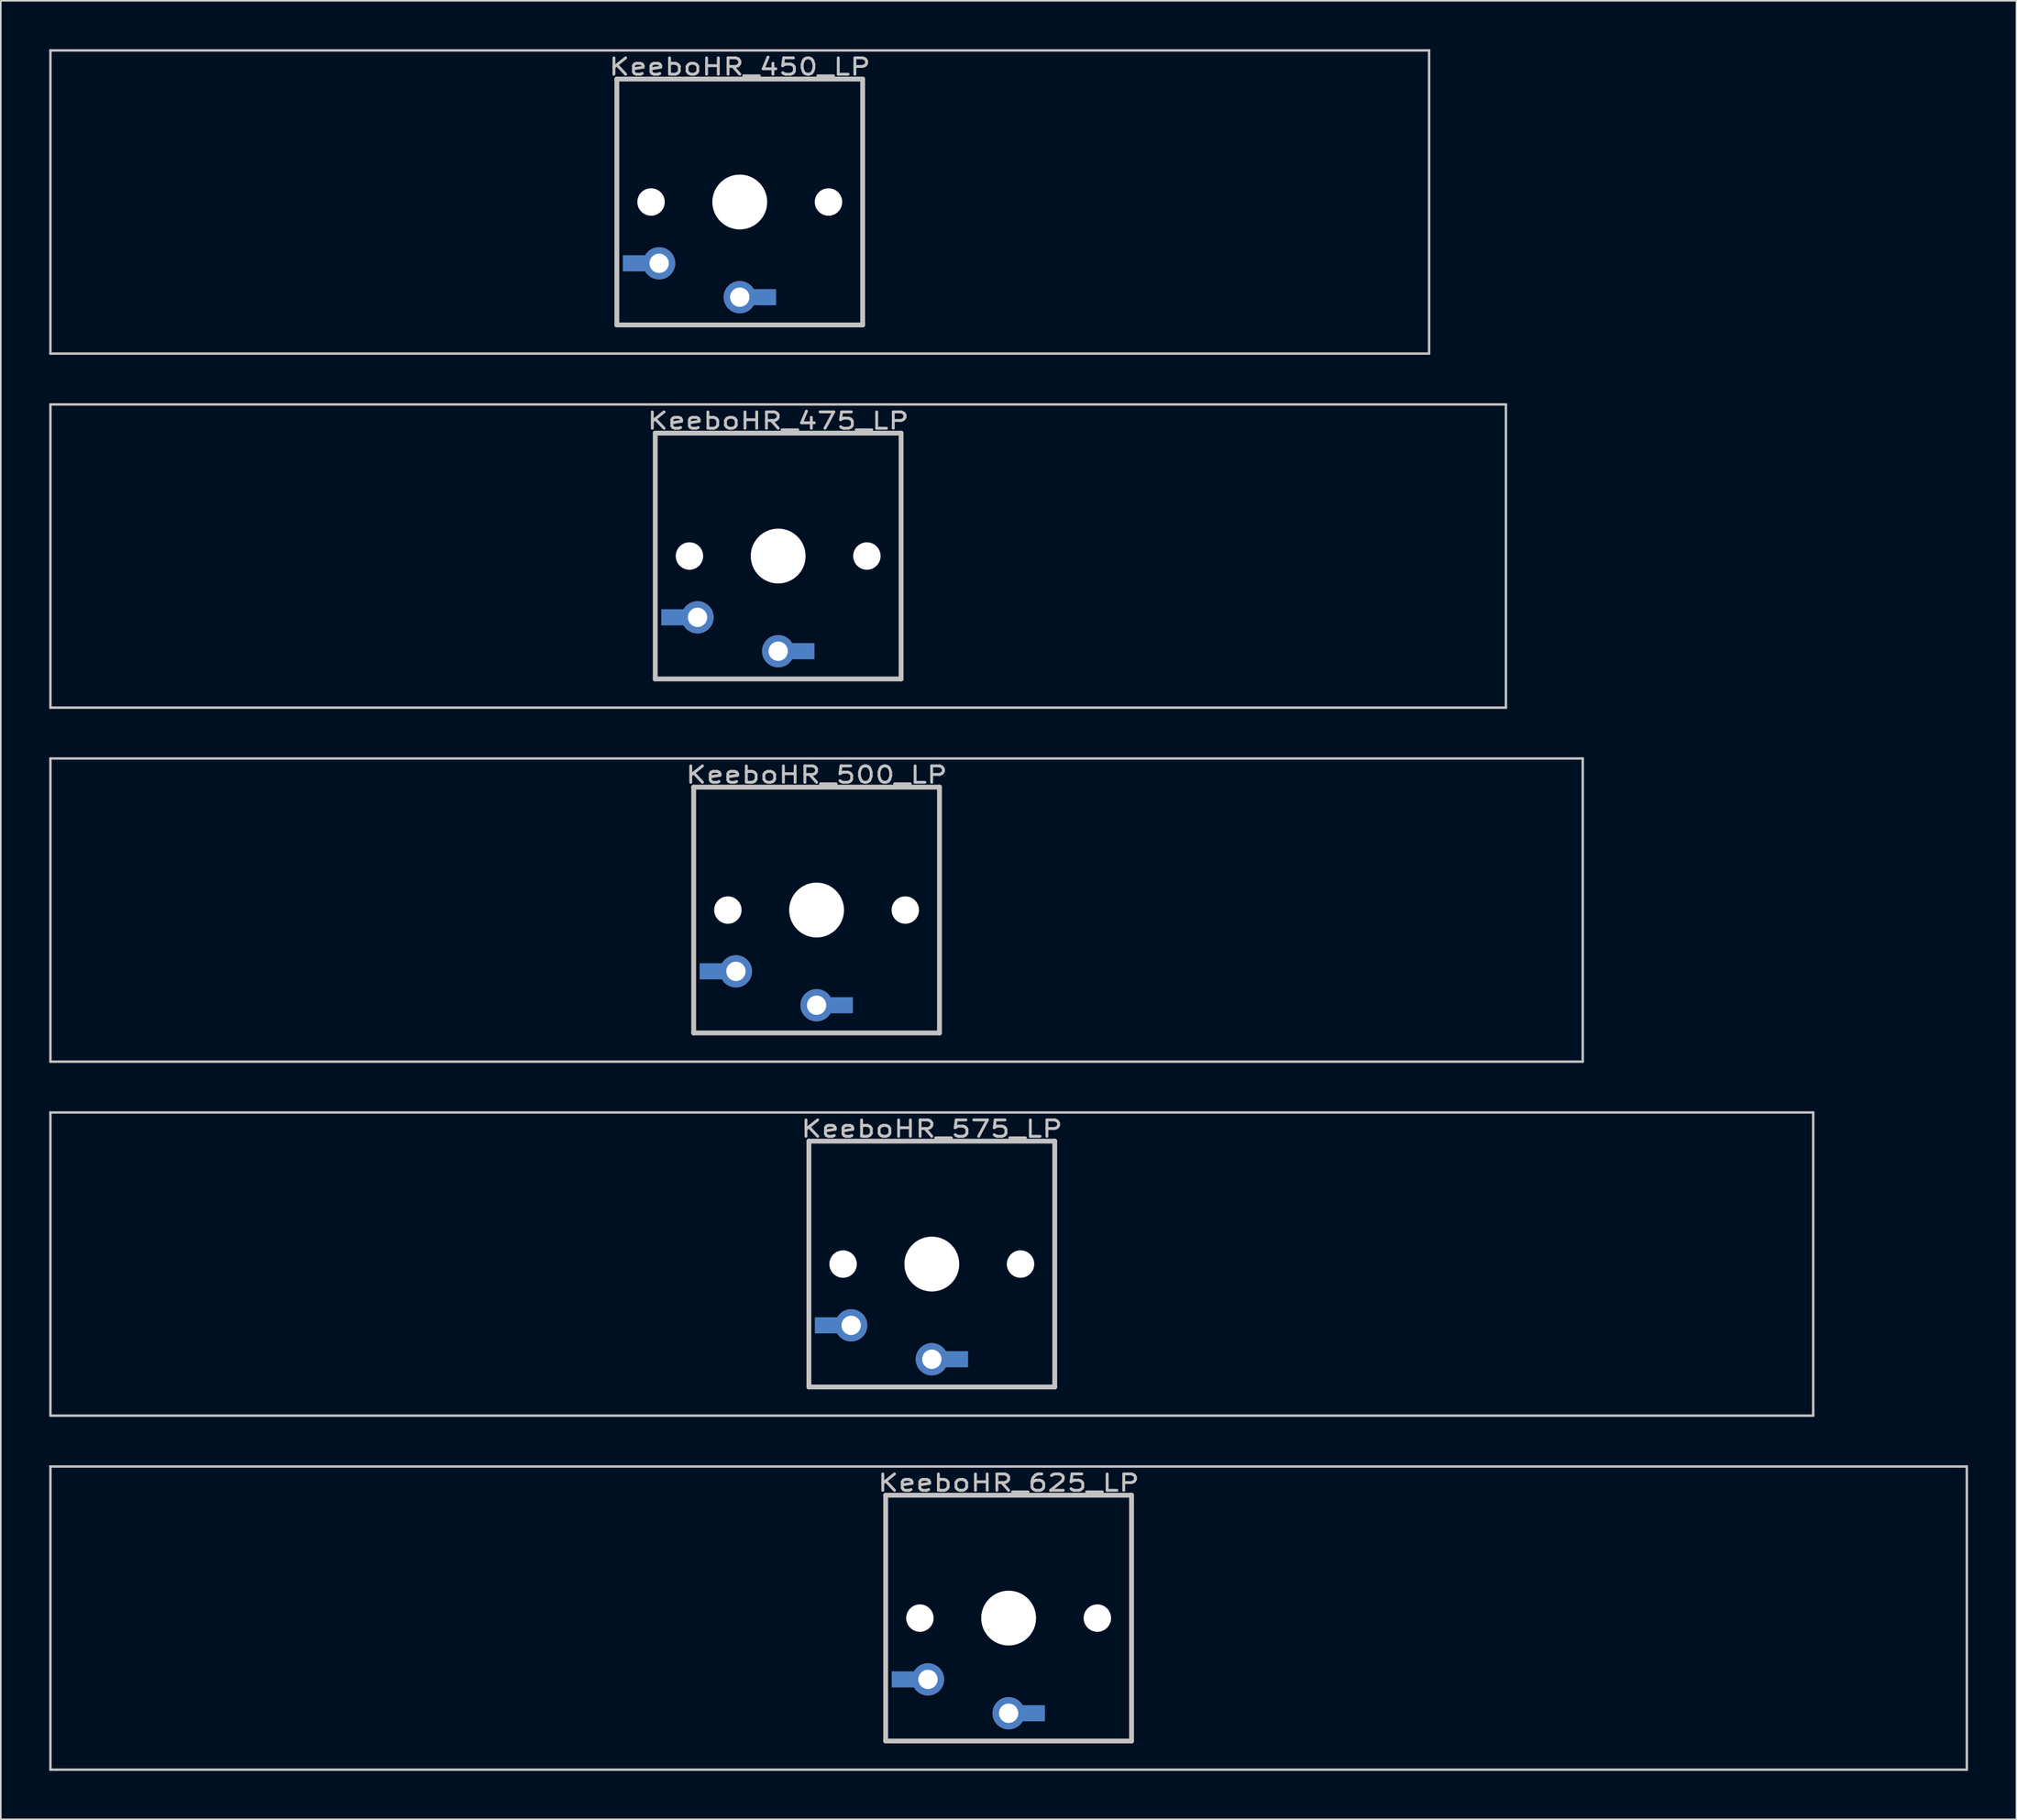
<source format=kicad_pcb>
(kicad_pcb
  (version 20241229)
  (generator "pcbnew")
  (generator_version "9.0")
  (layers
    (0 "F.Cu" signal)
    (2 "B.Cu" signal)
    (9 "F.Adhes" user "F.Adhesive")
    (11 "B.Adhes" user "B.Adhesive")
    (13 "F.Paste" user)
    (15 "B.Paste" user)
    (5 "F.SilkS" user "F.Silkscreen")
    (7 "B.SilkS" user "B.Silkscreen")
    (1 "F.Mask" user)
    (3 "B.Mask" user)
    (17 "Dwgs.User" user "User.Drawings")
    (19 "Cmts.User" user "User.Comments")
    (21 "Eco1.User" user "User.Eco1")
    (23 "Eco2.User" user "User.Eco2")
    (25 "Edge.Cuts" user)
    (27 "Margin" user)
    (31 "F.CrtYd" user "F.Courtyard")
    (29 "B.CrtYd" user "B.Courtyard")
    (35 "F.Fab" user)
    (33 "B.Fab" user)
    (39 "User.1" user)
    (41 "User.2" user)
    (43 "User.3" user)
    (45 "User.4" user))
  (footprint "KeeboHR_575_LP"
    (layer "B.Cu")
    (at 54.718 75.319)
    (property "Reference" "KeeboHR_575_LP" (at 0 -8.382 0) (layer "Dwgs.User") (effects (font (size 1.016 1.27) (thickness 0.178))))
    (attr through_hole)
    (fp_line (start -54.642 -9.398) (end 54.642 -9.398) (stroke (width 0.152) (type solid)) (layer "Dwgs.User"))
    (fp_line (start -54.642 9.398) (end -54.642 -9.398) (stroke (width 0.152) (type solid)) (layer "Dwgs.User"))
    (fp_line (start -7.62 -7.62) (end 7.62 -7.62) (stroke (width 0.3) (type solid)) (layer "Dwgs.User"))
    (fp_line (start -7.62 7.62) (end -7.62 -7.62) (stroke (width 0.3) (type solid)) (layer "Dwgs.User"))
    (fp_line (start 7.62 -7.62) (end 7.62 7.62) (stroke (width 0.3) (type solid)) (layer "Dwgs.User"))
    (fp_line (start 7.62 7.62) (end -7.62 7.62) (stroke (width 0.3) (type solid)) (layer "Dwgs.User"))
    (fp_line (start 54.642 -9.398) (end 54.642 9.398) (stroke (width 0.152) (type solid)) (layer "Dwgs.User"))
    (fp_line (start 54.642 9.398) (end -54.642 9.398) (stroke (width 0.152) (type solid)) (layer "Dwgs.User"))
    (pad "" np_thru_hole circle (at -5.5 0) (size 1.7 1.7) (drill 1.7) (layers "*.Cu" "*.Mask"))
    (pad "" np_thru_hole circle (at 0 0) (size 3.4 3.4) (drill 3.4) (layers "*.Cu" "*.Mask"))
    (pad "" np_thru_hole circle (at 5.5 0) (size 1.7 1.7) (drill 1.7) (layers "*.Cu" "*.Mask"))
    (pad "1" thru_hole circle (at 0 5.9) (size 2 2) (drill 1.2) (layers "*.Cu" "*.Mask"))
    (pad "1" smd rect (at 1.25 5.9) (size 2 1) (layers "B.Cu" "B.Mask"))
    (pad "2" smd rect (at -6.25 3.8) (size 2 1) (layers "B.Cu" "B.Mask"))
    (pad "2" thru_hole circle (at -5 3.8) (size 2 2) (drill 1.2) (layers "*.Cu" "*.Mask")))
  (footprint "KeeboHR_475_LP"
    (layer "B.Cu")
    (at 45.193 31.423)
    (property "Reference" "KeeboHR_475_LP" (at 0 -8.382 0) (layer "Dwgs.User") (effects (font (size 1.016 1.27) (thickness 0.178))))
    (attr through_hole)
    (fp_line (start -45.117 -9.398) (end 45.117 -9.398) (stroke (width 0.152) (type solid)) (layer "Dwgs.User"))
    (fp_line (start -45.117 9.398) (end -45.117 -9.398) (stroke (width 0.152) (type solid)) (layer "Dwgs.User"))
    (fp_line (start -7.62 -7.62) (end 7.62 -7.62) (stroke (width 0.3) (type solid)) (layer "Dwgs.User"))
    (fp_line (start -7.62 7.62) (end -7.62 -7.62) (stroke (width 0.3) (type solid)) (layer "Dwgs.User"))
    (fp_line (start 7.62 -7.62) (end 7.62 7.62) (stroke (width 0.3) (type solid)) (layer "Dwgs.User"))
    (fp_line (start 7.62 7.62) (end -7.62 7.62) (stroke (width 0.3) (type solid)) (layer "Dwgs.User"))
    (fp_line (start 45.117 -9.398) (end 45.117 9.398) (stroke (width 0.152) (type solid)) (layer "Dwgs.User"))
    (fp_line (start 45.117 9.398) (end -45.117 9.398) (stroke (width 0.152) (type solid)) (layer "Dwgs.User"))
    (pad "" np_thru_hole circle (at -5.5 0) (size 1.7 1.7) (drill 1.7) (layers "*.Cu" "*.Mask"))
    (pad "" np_thru_hole circle (at 0 0) (size 3.4 3.4) (drill 3.4) (layers "*.Cu" "*.Mask"))
    (pad "" np_thru_hole circle (at 5.5 0) (size 1.7 1.7) (drill 1.7) (layers "*.Cu" "*.Mask"))
    (pad "1" thru_hole circle (at 0 5.9) (size 2 2) (drill 1.2) (layers "*.Cu" "*.Mask"))
    (pad "1" smd rect (at 1.25 5.9) (size 2 1) (layers "B.Cu" "B.Mask"))
    (pad "2" smd rect (at -6.25 3.8) (size 2 1) (layers "B.Cu" "B.Mask"))
    (pad "2" thru_hole circle (at -5 3.8) (size 2 2) (drill 1.2) (layers "*.Cu" "*.Mask")))
  (footprint "KeeboHR_500_LP"
    (layer "B.Cu")
    (at 47.574 53.371)
    (property "Reference" "KeeboHR_500_LP" (at 0 -8.382 0) (layer "Dwgs.User") (effects (font (size 1.016 1.27) (thickness 0.178))))
    (attr through_hole)
    (fp_line (start -47.498 -9.398) (end 47.498 -9.398) (stroke (width 0.152) (type solid)) (layer "Dwgs.User"))
    (fp_line (start -47.498 9.398) (end -47.498 -9.398) (stroke (width 0.152) (type solid)) (layer "Dwgs.User"))
    (fp_line (start -7.62 -7.62) (end 7.62 -7.62) (stroke (width 0.3) (type solid)) (layer "Dwgs.User"))
    (fp_line (start -7.62 7.62) (end -7.62 -7.62) (stroke (width 0.3) (type solid)) (layer "Dwgs.User"))
    (fp_line (start 7.62 -7.62) (end 7.62 7.62) (stroke (width 0.3) (type solid)) (layer "Dwgs.User"))
    (fp_line (start 7.62 7.62) (end -7.62 7.62) (stroke (width 0.3) (type solid)) (layer "Dwgs.User"))
    (fp_line (start 47.498 -9.398) (end 47.498 9.398) (stroke (width 0.152) (type solid)) (layer "Dwgs.User"))
    (fp_line (start 47.498 9.398) (end -47.498 9.398) (stroke (width 0.152) (type solid)) (layer "Dwgs.User"))
    (pad "" np_thru_hole circle (at -5.5 0) (size 1.7 1.7) (drill 1.7) (layers "*.Cu" "*.Mask"))
    (pad "" np_thru_hole circle (at 0 0) (size 3.4 3.4) (drill 3.4) (layers "*.Cu" "*.Mask"))
    (pad "" np_thru_hole circle (at 5.5 0) (size 1.7 1.7) (drill 1.7) (layers "*.Cu" "*.Mask"))
    (pad "1" thru_hole circle (at 0 5.9) (size 2 2) (drill 1.2) (layers "*.Cu" "*.Mask"))
    (pad "1" smd rect (at 1.25 5.9) (size 2 1) (layers "B.Cu" "B.Mask"))
    (pad "2" smd rect (at -6.25 3.8) (size 2 1) (layers "B.Cu" "B.Mask"))
    (pad "2" thru_hole circle (at -5 3.8) (size 2 2) (drill 1.2) (layers "*.Cu" "*.Mask")))
  (footprint "KeeboHR_625_LP"
    (layer "B.Cu")
    (at 59.48 97.268)
    (property "Reference" "KeeboHR_625_LP" (at 0 -8.382 0) (layer "Dwgs.User") (effects (font (size 1.016 1.27) (thickness 0.178))))
    (attr through_hole)
    (fp_line (start -59.404 -9.398) (end 59.404 -9.398) (stroke (width 0.152) (type solid)) (layer "Dwgs.User"))
    (fp_line (start -59.404 9.398) (end -59.404 -9.398) (stroke (width 0.152) (type solid)) (layer "Dwgs.User"))
    (fp_line (start -7.62 -7.62) (end 7.62 -7.62) (stroke (width 0.3) (type solid)) (layer "Dwgs.User"))
    (fp_line (start -7.62 7.62) (end -7.62 -7.62) (stroke (width 0.3) (type solid)) (layer "Dwgs.User"))
    (fp_line (start 7.62 -7.62) (end 7.62 7.62) (stroke (width 0.3) (type solid)) (layer "Dwgs.User"))
    (fp_line (start 7.62 7.62) (end -7.62 7.62) (stroke (width 0.3) (type solid)) (layer "Dwgs.User"))
    (fp_line (start 59.404 -9.398) (end 59.404 9.398) (stroke (width 0.152) (type solid)) (layer "Dwgs.User"))
    (fp_line (start 59.404 9.398) (end -59.404 9.398) (stroke (width 0.152) (type solid)) (layer "Dwgs.User"))
    (pad "" np_thru_hole circle (at -5.5 0) (size 1.7 1.7) (drill 1.7) (layers "*.Cu" "*.Mask"))
    (pad "" np_thru_hole circle (at 0 0) (size 3.4 3.4) (drill 3.4) (layers "*.Cu" "*.Mask"))
    (pad "" np_thru_hole circle (at 5.5 0) (size 1.7 1.7) (drill 1.7) (layers "*.Cu" "*.Mask"))
    (pad "1" thru_hole circle (at 0 5.9) (size 2 2) (drill 1.2) (layers "*.Cu" "*.Mask"))
    (pad "1" smd rect (at 1.25 5.9) (size 2 1) (layers "B.Cu" "B.Mask"))
    (pad "2" smd rect (at -6.25 3.8) (size 2 1) (layers "B.Cu" "B.Mask"))
    (pad "2" thru_hole circle (at -5 3.8) (size 2 2) (drill 1.2) (layers "*.Cu" "*.Mask")))
  (footprint "KeeboHR_450_LP"
    (layer "B.Cu")
    (at 42.812 9.474)
    (property "Reference" "KeeboHR_450_LP" (at 0 -8.382 0) (layer "Dwgs.User") (effects (font (size 1.016 1.27) (thickness 0.178))))
    (attr through_hole)
    (fp_line (start -42.736 -9.398) (end 42.736 -9.398) (stroke (width 0.152) (type solid)) (layer "Dwgs.User"))
    (fp_line (start -42.736 9.398) (end -42.736 -9.398) (stroke (width 0.152) (type solid)) (layer "Dwgs.User"))
    (fp_line (start -7.62 -7.62) (end 7.62 -7.62) (stroke (width 0.3) (type solid)) (layer "Dwgs.User"))
    (fp_line (start -7.62 7.62) (end -7.62 -7.62) (stroke (width 0.3) (type solid)) (layer "Dwgs.User"))
    (fp_line (start 7.62 -7.62) (end 7.62 7.62) (stroke (width 0.3) (type solid)) (layer "Dwgs.User"))
    (fp_line (start 7.62 7.62) (end -7.62 7.62) (stroke (width 0.3) (type solid)) (layer "Dwgs.User"))
    (fp_line (start 42.736 -9.398) (end 42.736 9.398) (stroke (width 0.152) (type solid)) (layer "Dwgs.User"))
    (fp_line (start 42.736 9.398) (end -42.736 9.398) (stroke (width 0.152) (type solid)) (layer "Dwgs.User"))
    (pad "" np_thru_hole circle (at -5.5 0) (size 1.7 1.7) (drill 1.7) (layers "*.Cu" "*.Mask"))
    (pad "" np_thru_hole circle (at 0 0) (size 3.4 3.4) (drill 3.4) (layers "*.Cu" "*.Mask"))
    (pad "" np_thru_hole circle (at 5.5 0) (size 1.7 1.7) (drill 1.7) (layers "*.Cu" "*.Mask"))
    (pad "1" thru_hole circle (at 0 5.9) (size 2 2) (drill 1.2) (layers "*.Cu" "*.Mask"))
    (pad "1" smd rect (at 1.25 5.9) (size 2 1) (layers "B.Cu" "B.Mask"))
    (pad "2" smd rect (at -6.25 3.8) (size 2 1) (layers "B.Cu" "B.Mask"))
    (pad "2" thru_hole circle (at -5 3.8) (size 2 2) (drill 1.2) (layers "*.Cu" "*.Mask")))
  (gr_rect
    (start -3 -3)
    (end 121.961 109.742)
    (stroke (width 0.1) (type default))
    (fill no)
    (layer "Edge.Cuts")))
</source>
